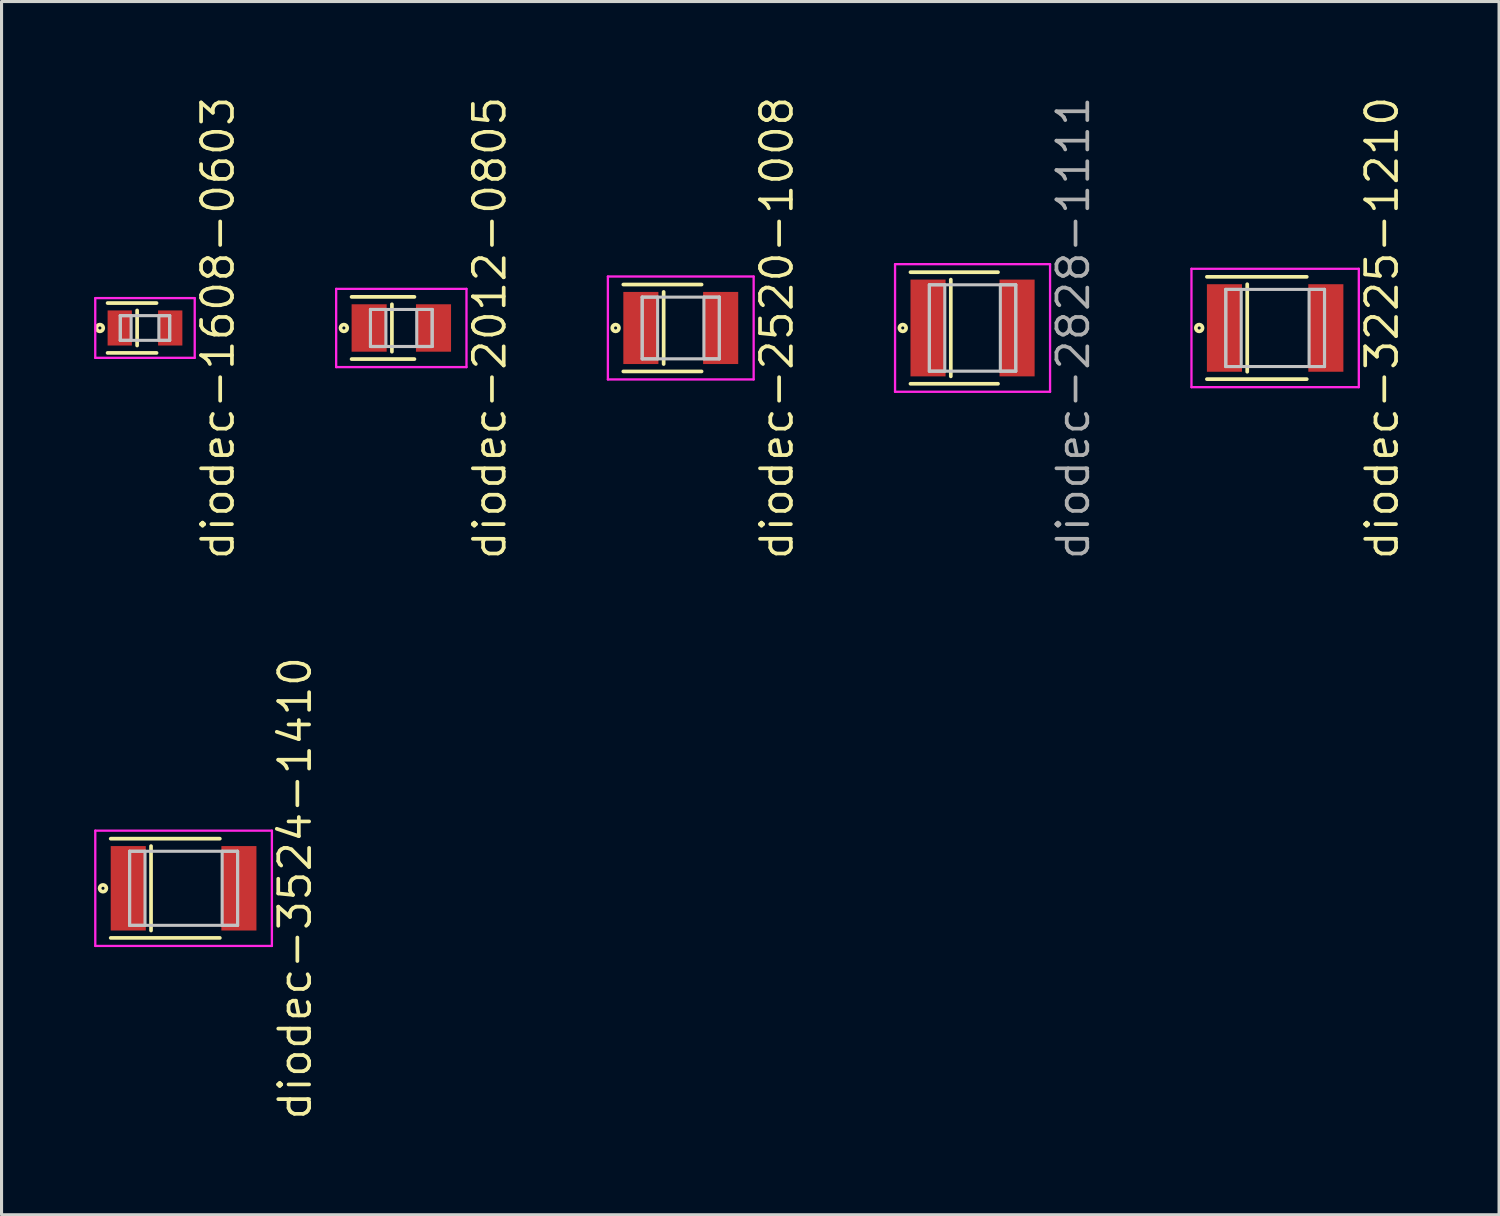
<source format=kicad_pcb>
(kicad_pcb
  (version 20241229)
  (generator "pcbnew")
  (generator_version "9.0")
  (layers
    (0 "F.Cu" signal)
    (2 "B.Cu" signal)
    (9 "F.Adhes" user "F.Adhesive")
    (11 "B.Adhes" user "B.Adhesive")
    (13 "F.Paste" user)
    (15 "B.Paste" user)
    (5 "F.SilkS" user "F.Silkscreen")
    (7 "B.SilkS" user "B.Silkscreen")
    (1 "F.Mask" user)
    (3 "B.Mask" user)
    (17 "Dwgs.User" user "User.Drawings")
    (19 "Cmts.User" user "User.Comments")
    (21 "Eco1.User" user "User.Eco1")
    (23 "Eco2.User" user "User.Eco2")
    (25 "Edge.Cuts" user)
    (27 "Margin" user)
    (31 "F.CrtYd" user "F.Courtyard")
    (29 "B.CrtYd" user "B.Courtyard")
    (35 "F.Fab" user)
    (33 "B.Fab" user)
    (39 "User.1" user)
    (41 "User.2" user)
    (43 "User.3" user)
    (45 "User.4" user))
  (footprint "diodec-2012-0805"
    (layer "F.Cu")
    (at 9.957 7.58)
    (property "Reference" "diodec-2012-0805" (at 2.862 0 90) (layer "F.SilkS") (effects (font (size 1 1) (thickness 0.12))))
    (attr through_hole)
    (fp_line (start -1.612 -1.008) (end 0.425 -1.008) (stroke (width 0.12) (type solid)) (layer "F.SilkS"))
    (fp_line (start -1.612 1.008) (end 0.425 1.008) (stroke (width 0.12) (type solid)) (layer "F.SilkS"))
    (fp_line (start -0.305 -0.768) (end -0.305 0.768) (stroke (width 0.12) (type solid)) (layer "F.SilkS"))
    (fp_circle (center -1.862 0) (end -1.812 0) (stroke (width 0.12) (type solid)) (fill no) (layer "F.SilkS"))
    (fp_line (start -1 -0.6) (end -1 0.6) (stroke (width 0.1) (type solid)) (layer "Dwgs.User"))
    (fp_line (start -1 -0.6) (end -1 0.6) (stroke (width 0.1) (type solid)) (layer "Dwgs.User"))
    (fp_line (start -1 0.6) (end -0.5 0.6) (stroke (width 0.1) (type solid)) (layer "Dwgs.User"))
    (fp_line (start -1 0.6) (end 1 0.6) (stroke (width 0.1) (type solid)) (layer "Dwgs.User"))
    (fp_line (start -0.5 -0.6) (end -1 -0.6) (stroke (width 0.1) (type solid)) (layer "Dwgs.User"))
    (fp_line (start -0.5 0.6) (end -0.5 -0.6) (stroke (width 0.1) (type solid)) (layer "Dwgs.User"))
    (fp_line (start 0.5 -0.6) (end 0.5 0.6) (stroke (width 0.1) (type solid)) (layer "Dwgs.User"))
    (fp_line (start 0.5 0.6) (end 1 0.6) (stroke (width 0.1) (type solid)) (layer "Dwgs.User"))
    (fp_line (start 1 -0.6) (end -1 -0.6) (stroke (width 0.1) (type solid)) (layer "Dwgs.User"))
    (fp_line (start 1 -0.6) (end 0.5 -0.6) (stroke (width 0.1) (type solid)) (layer "Dwgs.User"))
    (fp_line (start 1 0.6) (end 1 -0.6) (stroke (width 0.1) (type solid)) (layer "Dwgs.User"))
    (fp_line (start 1 0.6) (end 1 -0.6) (stroke (width 0.1) (type solid)) (layer "Dwgs.User"))
    (fp_line (start -2.112 -1.268) (end -2.112 1.268) (stroke (width 0.075) (type solid)) (layer "F.CrtYd"))
    (fp_line (start -2.112 1.268) (end 2.112 1.268) (stroke (width 0.075) (type solid)) (layer "F.CrtYd"))
    (fp_line (start 2.112 -1.268) (end -2.112 -1.268) (stroke (width 0.075) (type solid)) (layer "F.CrtYd"))
    (fp_line (start 2.112 1.268) (end 2.112 -1.268) (stroke (width 0.075) (type solid)) (layer "F.CrtYd"))
    (pad "1" smd rect (at -1.043 0) (size 1.137 1.537) (layers "F.Cu" "F.Mask" "F.Paste"))
    (pad "2" smd rect (at 1.043 0) (size 1.137 1.537) (layers "F.Cu" "F.Mask" "F.Paste")))
  (footprint "diodec-2520-1008"
    (layer "F.Cu")
    (at 19.014 7.58)
    (property "Reference" "diodec-2520-1008" (at 3.112 0 90) (layer "F.SilkS") (effects (font (size 1 1) (thickness 0.12))))
    (attr through_hole)
    (fp_line (start -1.862 -1.408) (end 0.675 -1.408) (stroke (width 0.12) (type solid)) (layer "F.SilkS"))
    (fp_line (start -1.862 1.408) (end 0.675 1.408) (stroke (width 0.12) (type solid)) (layer "F.SilkS"))
    (fp_line (start -0.555 -1.168) (end -0.555 1.168) (stroke (width 0.12) (type solid)) (layer "F.SilkS"))
    (fp_circle (center -2.112 0) (end -2.062 0) (stroke (width 0.12) (type solid)) (fill no) (layer "F.SilkS"))
    (fp_line (start -1.25 -1) (end -1.25 1) (stroke (width 0.1) (type solid)) (layer "Dwgs.User"))
    (fp_line (start -1.25 -1) (end -1.25 1) (stroke (width 0.1) (type solid)) (layer "Dwgs.User"))
    (fp_line (start -1.25 1) (end -0.75 1) (stroke (width 0.1) (type solid)) (layer "Dwgs.User"))
    (fp_line (start -1.25 1) (end 1.25 1) (stroke (width 0.1) (type solid)) (layer "Dwgs.User"))
    (fp_line (start -0.75 -1) (end -1.25 -1) (stroke (width 0.1) (type solid)) (layer "Dwgs.User"))
    (fp_line (start -0.75 1) (end -0.75 -1) (stroke (width 0.1) (type solid)) (layer "Dwgs.User"))
    (fp_line (start 0.75 -1) (end 0.75 1) (stroke (width 0.1) (type solid)) (layer "Dwgs.User"))
    (fp_line (start 0.75 1) (end 1.25 1) (stroke (width 0.1) (type solid)) (layer "Dwgs.User"))
    (fp_line (start 1.25 -1) (end -1.25 -1) (stroke (width 0.1) (type solid)) (layer "Dwgs.User"))
    (fp_line (start 1.25 -1) (end 0.75 -1) (stroke (width 0.1) (type solid)) (layer "Dwgs.User"))
    (fp_line (start 1.25 1) (end 1.25 -1) (stroke (width 0.1) (type solid)) (layer "Dwgs.User"))
    (fp_line (start 1.25 1) (end 1.25 -1) (stroke (width 0.1) (type solid)) (layer "Dwgs.User"))
    (fp_line (start -2.362 -1.668) (end -2.362 1.668) (stroke (width 0.075) (type solid)) (layer "F.CrtYd"))
    (fp_line (start -2.362 1.668) (end 2.362 1.668) (stroke (width 0.075) (type solid)) (layer "F.CrtYd"))
    (fp_line (start 2.362 -1.668) (end -2.362 -1.668) (stroke (width 0.075) (type solid)) (layer "F.CrtYd"))
    (fp_line (start 2.362 1.668) (end 2.362 -1.668) (stroke (width 0.075) (type solid)) (layer "F.CrtYd"))
    (pad "1" smd rect (at -1.293 0) (size 1.137 2.337) (layers "F.Cu" "F.Mask" "F.Paste"))
    (pad "2" smd rect (at 1.293 0) (size 1.137 2.337) (layers "F.Cu" "F.Mask" "F.Paste")))
  (footprint "diodec-3225-1210"
    (layer "F.Cu")
    (at 38.278 7.58)
    (property "Reference" "diodec-3225-1210" (at 3.462 0 90) (layer "F.SilkS") (effects (font (size 1 1) (thickness 0.12))))
    (attr through_hole)
    (fp_line (start -2.212 -1.658) (end 1.025 -1.658) (stroke (width 0.12) (type solid)) (layer "F.SilkS"))
    (fp_line (start -2.212 1.658) (end 1.025 1.658) (stroke (width 0.12) (type solid)) (layer "F.SilkS"))
    (fp_line (start -0.905 -1.418) (end -0.905 1.418) (stroke (width 0.12) (type solid)) (layer "F.SilkS"))
    (fp_circle (center -2.462 0) (end -2.412 0) (stroke (width 0.12) (type solid)) (fill no) (layer "F.SilkS"))
    (fp_line (start -1.6 -1.25) (end -1.6 1.25) (stroke (width 0.1) (type solid)) (layer "Dwgs.User"))
    (fp_line (start -1.6 -1.25) (end -1.6 1.25) (stroke (width 0.1) (type solid)) (layer "Dwgs.User"))
    (fp_line (start -1.6 1.25) (end -1.1 1.25) (stroke (width 0.1) (type solid)) (layer "Dwgs.User"))
    (fp_line (start -1.6 1.25) (end 1.6 1.25) (stroke (width 0.1) (type solid)) (layer "Dwgs.User"))
    (fp_line (start -1.1 -1.25) (end -1.6 -1.25) (stroke (width 0.1) (type solid)) (layer "Dwgs.User"))
    (fp_line (start -1.1 1.25) (end -1.1 -1.25) (stroke (width 0.1) (type solid)) (layer "Dwgs.User"))
    (fp_line (start 1.1 -1.25) (end 1.1 1.25) (stroke (width 0.1) (type solid)) (layer "Dwgs.User"))
    (fp_line (start 1.1 1.25) (end 1.6 1.25) (stroke (width 0.1) (type solid)) (layer "Dwgs.User"))
    (fp_line (start 1.6 -1.25) (end -1.6 -1.25) (stroke (width 0.1) (type solid)) (layer "Dwgs.User"))
    (fp_line (start 1.6 -1.25) (end 1.1 -1.25) (stroke (width 0.1) (type solid)) (layer "Dwgs.User"))
    (fp_line (start 1.6 1.25) (end 1.6 -1.25) (stroke (width 0.1) (type solid)) (layer "Dwgs.User"))
    (fp_line (start 1.6 1.25) (end 1.6 -1.25) (stroke (width 0.1) (type solid)) (layer "Dwgs.User"))
    (fp_line (start -2.712 -1.918) (end -2.712 1.918) (stroke (width 0.075) (type solid)) (layer "F.CrtYd"))
    (fp_line (start -2.712 1.918) (end 2.712 1.918) (stroke (width 0.075) (type solid)) (layer "F.CrtYd"))
    (fp_line (start 2.712 -1.918) (end -2.712 -1.918) (stroke (width 0.075) (type solid)) (layer "F.CrtYd"))
    (fp_line (start 2.712 1.918) (end 2.712 -1.918) (stroke (width 0.075) (type solid)) (layer "F.CrtYd"))
    (pad "1" smd rect (at -1.643 0) (size 1.137 2.837) (layers "F.Cu" "F.Mask" "F.Paste"))
    (pad "2" smd rect (at 1.643 0) (size 1.137 2.837) (layers "F.Cu" "F.Mask" "F.Paste")))
  (footprint "diodec-3524-1410"
    (layer "F.Cu")
    (at 2.9 25.74)
    (property "Reference" "diodec-3524-1410" (at 3.612 0 90) (layer "F.SilkS") (effects (font (size 1 1) (thickness 0.12))))
    (attr through_hole)
    (fp_line (start -2.362 -1.608) (end 1.175 -1.608) (stroke (width 0.12) (type solid)) (layer "F.SilkS"))
    (fp_line (start -2.362 1.608) (end 1.175 1.608) (stroke (width 0.12) (type solid)) (layer "F.SilkS"))
    (fp_line (start -1.055 -1.368) (end -1.055 1.368) (stroke (width 0.12) (type solid)) (layer "F.SilkS"))
    (fp_circle (center -2.612 0) (end -2.562 0) (stroke (width 0.12) (type solid)) (fill no) (layer "F.SilkS"))
    (fp_line (start -1.75 -1.2) (end -1.75 1.2) (stroke (width 0.1) (type solid)) (layer "Dwgs.User"))
    (fp_line (start -1.75 -1.2) (end -1.75 1.2) (stroke (width 0.1) (type solid)) (layer "Dwgs.User"))
    (fp_line (start -1.75 1.2) (end -1.25 1.2) (stroke (width 0.1) (type solid)) (layer "Dwgs.User"))
    (fp_line (start -1.75 1.2) (end 1.75 1.2) (stroke (width 0.1) (type solid)) (layer "Dwgs.User"))
    (fp_line (start -1.25 -1.2) (end -1.75 -1.2) (stroke (width 0.1) (type solid)) (layer "Dwgs.User"))
    (fp_line (start -1.25 1.2) (end -1.25 -1.2) (stroke (width 0.1) (type solid)) (layer "Dwgs.User"))
    (fp_line (start 1.25 -1.2) (end 1.25 1.2) (stroke (width 0.1) (type solid)) (layer "Dwgs.User"))
    (fp_line (start 1.25 1.2) (end 1.75 1.2) (stroke (width 0.1) (type solid)) (layer "Dwgs.User"))
    (fp_line (start 1.75 -1.2) (end -1.75 -1.2) (stroke (width 0.1) (type solid)) (layer "Dwgs.User"))
    (fp_line (start 1.75 -1.2) (end 1.25 -1.2) (stroke (width 0.1) (type solid)) (layer "Dwgs.User"))
    (fp_line (start 1.75 1.2) (end 1.75 -1.2) (stroke (width 0.1) (type solid)) (layer "Dwgs.User"))
    (fp_line (start 1.75 1.2) (end 1.75 -1.2) (stroke (width 0.1) (type solid)) (layer "Dwgs.User"))
    (fp_line (start -2.862 -1.868) (end -2.862 1.868) (stroke (width 0.075) (type solid)) (layer "F.CrtYd"))
    (fp_line (start -2.862 1.868) (end 2.862 1.868) (stroke (width 0.075) (type solid)) (layer "F.CrtYd"))
    (fp_line (start 2.862 -1.868) (end -2.862 -1.868) (stroke (width 0.075) (type solid)) (layer "F.CrtYd"))
    (fp_line (start 2.862 1.868) (end 2.862 -1.868) (stroke (width 0.075) (type solid)) (layer "F.CrtYd"))
    (pad "1" smd rect (at -1.793 0) (size 1.137 2.737) (layers "F.Cu" "F.Mask" "F.Paste"))
    (pad "2" smd rect (at 1.793 0) (size 1.137 2.737) (layers "F.Cu" "F.Mask" "F.Paste")))
  (footprint "diodec-2828-1111"
    (layer "F.Cu")
    (at 28.471 7.58)
    (property "Reference" "diodec-2828-1111" (at 3.262 0 90) (layer "F.Fab") (effects (font (size 1 1) (thickness 0.12))))
    (attr through_hole)
    (fp_line (start -2.012 -1.808) (end 0.825 -1.808) (stroke (width 0.12) (type solid)) (layer "F.SilkS"))
    (fp_line (start -2.012 1.808) (end 0.825 1.808) (stroke (width 0.12) (type solid)) (layer "F.SilkS"))
    (fp_line (start -0.705 -1.568) (end -0.705 1.568) (stroke (width 0.12) (type solid)) (layer "F.SilkS"))
    (fp_circle (center -2.262 0) (end -2.212 0) (stroke (width 0.12) (type solid)) (fill no) (layer "F.SilkS"))
    (fp_line (start -1.4 -1.4) (end -1.4 1.4) (stroke (width 0.1) (type solid)) (layer "Dwgs.User"))
    (fp_line (start -1.4 -1.4) (end -1.4 1.4) (stroke (width 0.1) (type solid)) (layer "Dwgs.User"))
    (fp_line (start -1.4 1.4) (end -0.9 1.4) (stroke (width 0.1) (type solid)) (layer "Dwgs.User"))
    (fp_line (start -1.4 1.4) (end 1.4 1.4) (stroke (width 0.1) (type solid)) (layer "Dwgs.User"))
    (fp_line (start -0.9 -1.4) (end -1.4 -1.4) (stroke (width 0.1) (type solid)) (layer "Dwgs.User"))
    (fp_line (start -0.9 1.4) (end -0.9 -1.4) (stroke (width 0.1) (type solid)) (layer "Dwgs.User"))
    (fp_line (start 0.9 -1.4) (end 0.9 1.4) (stroke (width 0.1) (type solid)) (layer "Dwgs.User"))
    (fp_line (start 0.9 1.4) (end 1.4 1.4) (stroke (width 0.1) (type solid)) (layer "Dwgs.User"))
    (fp_line (start 1.4 -1.4) (end -1.4 -1.4) (stroke (width 0.1) (type solid)) (layer "Dwgs.User"))
    (fp_line (start 1.4 -1.4) (end 0.9 -1.4) (stroke (width 0.1) (type solid)) (layer "Dwgs.User"))
    (fp_line (start 1.4 1.4) (end 1.4 -1.4) (stroke (width 0.1) (type solid)) (layer "Dwgs.User"))
    (fp_line (start 1.4 1.4) (end 1.4 -1.4) (stroke (width 0.1) (type solid)) (layer "Dwgs.User"))
    (fp_line (start -2.512 -2.068) (end -2.512 2.068) (stroke (width 0.075) (type solid)) (layer "F.CrtYd"))
    (fp_line (start -2.512 2.068) (end 2.512 2.068) (stroke (width 0.075) (type solid)) (layer "F.CrtYd"))
    (fp_line (start 2.512 -2.068) (end -2.512 -2.068) (stroke (width 0.075) (type solid)) (layer "F.CrtYd"))
    (fp_line (start 2.512 2.068) (end 2.512 -2.068) (stroke (width 0.075) (type solid)) (layer "F.CrtYd"))
    (pad "1" smd rect (at -1.443 0) (size 1.137 3.137) (layers "F.Cu" "F.Mask" "F.Paste"))
    (pad "2" smd rect (at 1.443 0) (size 1.137 3.137) (layers "F.Cu" "F.Mask" "F.Paste")))
  (footprint "diodec-1608-0603"
    (layer "F.Cu")
    (at 1.649 7.58)
    (property "Reference" "diodec-1608-0603" (at 2.362 0 90) (layer "F.SilkS") (effects (font (size 1 1) (thickness 0.12))))
    (attr through_hole)
    (fp_line (start -1.212 -0.808) (end 0.375 -0.808) (stroke (width 0.12) (type solid)) (layer "F.SilkS"))
    (fp_line (start -1.212 0.808) (end 0.375 0.808) (stroke (width 0.12) (type solid)) (layer "F.SilkS"))
    (fp_line (start -0.255 -0.568) (end -0.255 0.568) (stroke (width 0.12) (type solid)) (layer "F.SilkS"))
    (fp_circle (center -1.462 0) (end -1.412 0) (stroke (width 0.12) (type solid)) (fill no) (layer "F.SilkS"))
    (fp_line (start -0.8 -0.4) (end -0.8 0.4) (stroke (width 0.1) (type solid)) (layer "Dwgs.User"))
    (fp_line (start -0.8 -0.4) (end -0.8 0.4) (stroke (width 0.1) (type solid)) (layer "Dwgs.User"))
    (fp_line (start -0.8 0.4) (end -0.45 0.4) (stroke (width 0.1) (type solid)) (layer "Dwgs.User"))
    (fp_line (start -0.8 0.4) (end 0.8 0.4) (stroke (width 0.1) (type solid)) (layer "Dwgs.User"))
    (fp_line (start -0.45 -0.4) (end -0.8 -0.4) (stroke (width 0.1) (type solid)) (layer "Dwgs.User"))
    (fp_line (start -0.45 0.4) (end -0.45 -0.4) (stroke (width 0.1) (type solid)) (layer "Dwgs.User"))
    (fp_line (start 0.45 -0.4) (end 0.45 0.4) (stroke (width 0.1) (type solid)) (layer "Dwgs.User"))
    (fp_line (start 0.45 0.4) (end 0.8 0.4) (stroke (width 0.1) (type solid)) (layer "Dwgs.User"))
    (fp_line (start 0.8 -0.4) (end -0.8 -0.4) (stroke (width 0.1) (type solid)) (layer "Dwgs.User"))
    (fp_line (start 0.8 -0.4) (end 0.45 -0.4) (stroke (width 0.1) (type solid)) (layer "Dwgs.User"))
    (fp_line (start 0.8 0.4) (end 0.8 -0.4) (stroke (width 0.1) (type solid)) (layer "Dwgs.User"))
    (fp_line (start 0.8 0.4) (end 0.8 -0.4) (stroke (width 0.1) (type solid)) (layer "Dwgs.User"))
    (fp_line (start -1.612 -0.968) (end -1.612 0.968) (stroke (width 0.075) (type solid)) (layer "F.CrtYd"))
    (fp_line (start -1.612 0.968) (end 1.612 0.968) (stroke (width 0.075) (type solid)) (layer "F.CrtYd"))
    (fp_line (start 1.612 -0.968) (end -1.612 -0.968) (stroke (width 0.075) (type solid)) (layer "F.CrtYd"))
    (fp_line (start 1.612 0.968) (end 1.612 -0.968) (stroke (width 0.075) (type solid)) (layer "F.CrtYd"))
    (pad "1" smd rect (at -0.818 0) (size 0.787 1.137) (layers "F.Cu" "F.Mask" "F.Paste"))
    (pad "2" smd rect (at 0.818 0) (size 0.787 1.137) (layers "F.Cu" "F.Mask" "F.Paste")))
  (gr_rect
    (start -3 -3)
    (end 45.535 36.32)
    (stroke (width 0.1) (type default))
    (fill no)
    (layer "Edge.Cuts")))
</source>
